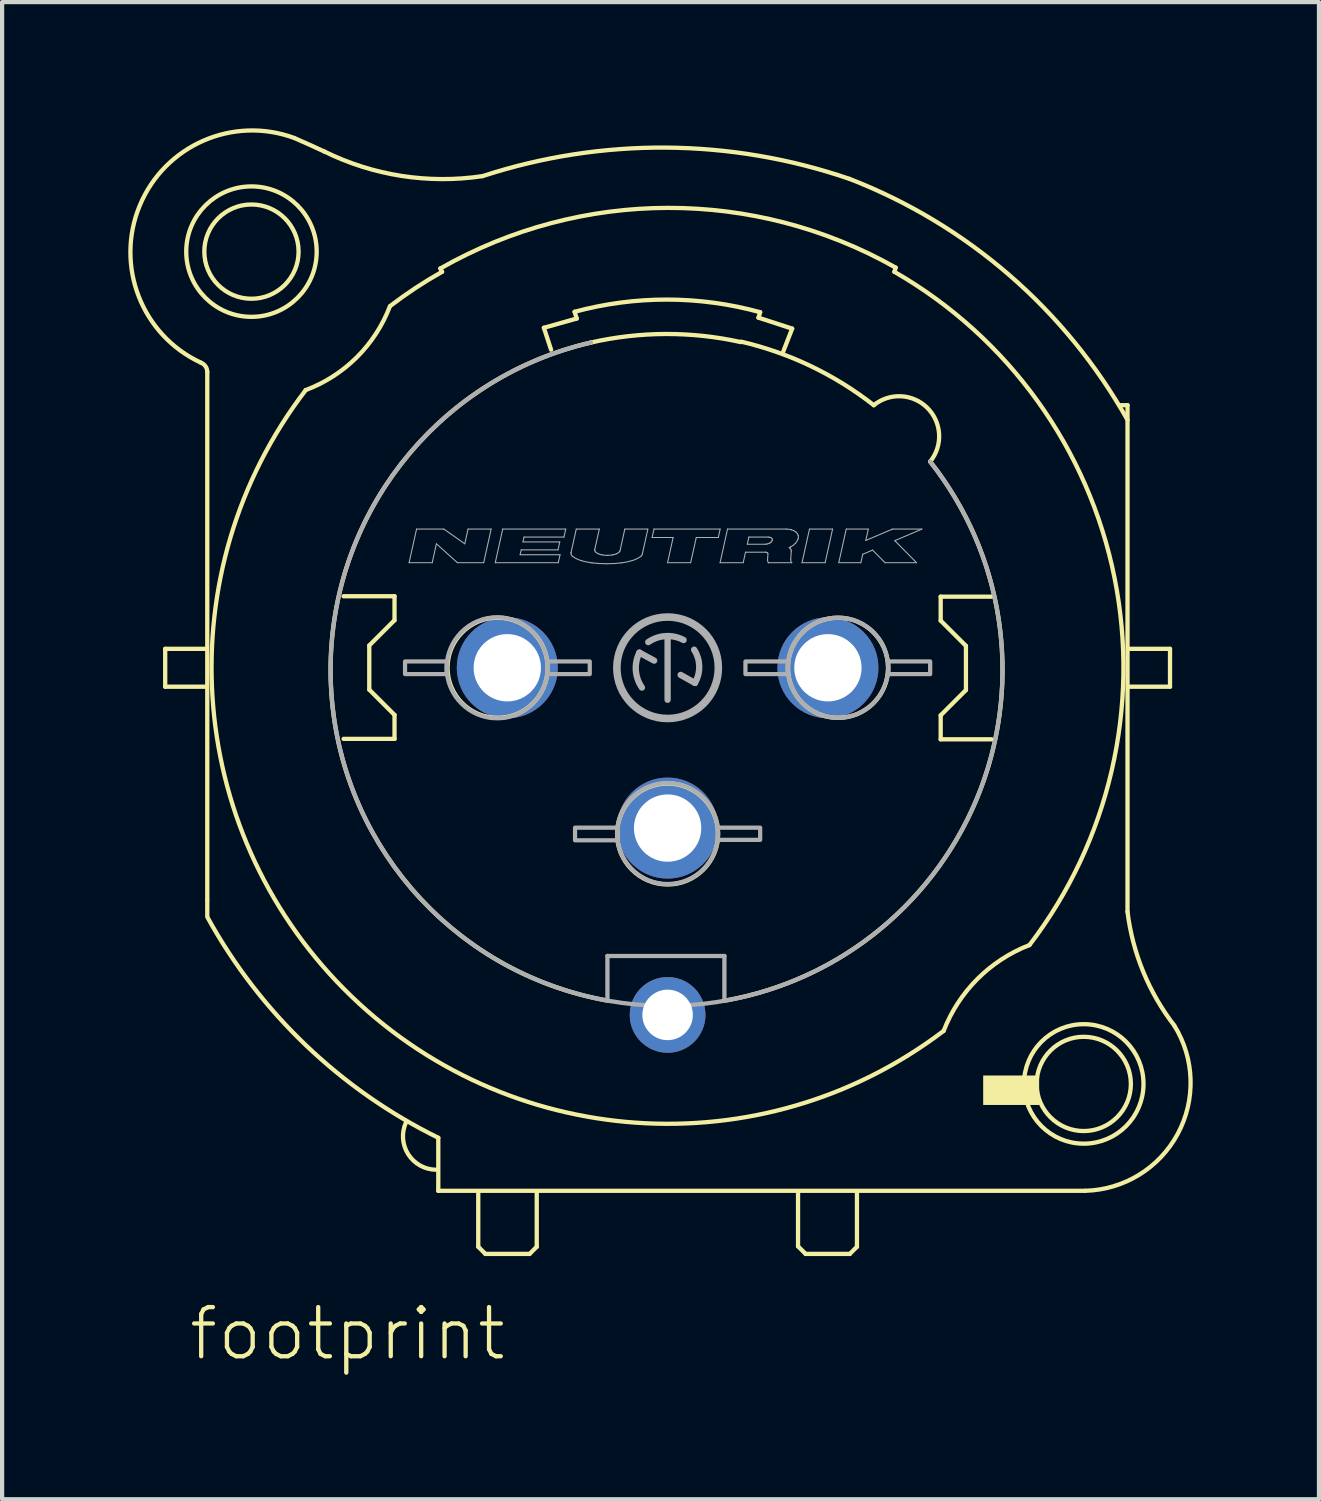
<source format=kicad_pcb>
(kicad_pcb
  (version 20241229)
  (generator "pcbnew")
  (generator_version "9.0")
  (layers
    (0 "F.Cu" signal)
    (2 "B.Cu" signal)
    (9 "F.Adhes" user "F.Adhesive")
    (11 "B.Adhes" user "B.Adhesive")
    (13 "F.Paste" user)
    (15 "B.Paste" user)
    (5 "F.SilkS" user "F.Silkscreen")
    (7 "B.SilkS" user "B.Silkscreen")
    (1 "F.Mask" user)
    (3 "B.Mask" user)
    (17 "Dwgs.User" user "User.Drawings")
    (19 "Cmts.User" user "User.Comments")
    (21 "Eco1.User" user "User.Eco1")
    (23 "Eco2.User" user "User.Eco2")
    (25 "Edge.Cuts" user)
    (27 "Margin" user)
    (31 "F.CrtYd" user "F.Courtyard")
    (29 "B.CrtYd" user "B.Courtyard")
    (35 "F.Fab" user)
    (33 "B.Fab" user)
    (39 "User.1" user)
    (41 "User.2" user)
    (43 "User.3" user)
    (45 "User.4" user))
  (footprint "footprint"
    (layer "F.Cu")
    (at 12.816 12.82)
    (property "Reference" "footprint" (at -11.43 16.51 0) (layer "F.SilkS") (effects (font (size 1.168 1.168) (thickness 0.102)) (justify left bottom)))
    (fp_line (start -11.94 -0.45) (end -11.94 0.45) (stroke (width 0.102) (type solid)) (layer "F.SilkS"))
    (fp_line (start -11.94 0.45) (end -10.99 0.45) (stroke (width 0.102) (type solid)) (layer "F.SilkS"))
    (fp_line (start -10.99 -0.45) (end -11.94 -0.45) (stroke (width 0.102) (type solid)) (layer "F.SilkS"))
    (fp_line (start -10.94 5.5) (end -10.94 -7.03) (stroke (width 0.102) (type solid)) (layer "F.SilkS"))
    (fp_line (start -10.94 5.91) (end -10.94 5.52) (stroke (width 0.102) (type solid)) (layer "F.SilkS"))
    (fp_line (start -7.7 -1.7) (end -6.49 -1.7) (stroke (width 0.102) (type solid)) (layer "F.SilkS"))
    (fp_line (start -7.09 -0.53) (end -7.09 0.52) (stroke (width 0.102) (type solid)) (layer "F.SilkS"))
    (fp_line (start -7.09 0.52) (end -6.49 1.12) (stroke (width 0.102) (type solid)) (layer "F.SilkS"))
    (fp_line (start -6.49 -1.7) (end -6.49 -1.13) (stroke (width 0.102) (type solid)) (layer "F.SilkS"))
    (fp_line (start -6.49 -1.13) (end -7.09 -0.53) (stroke (width 0.102) (type solid)) (layer "F.SilkS"))
    (fp_line (start -6.49 1.12) (end -6.49 1.69) (stroke (width 0.102) (type solid)) (layer "F.SilkS"))
    (fp_line (start -6.49 1.69) (end -7.7 1.69) (stroke (width 0.102) (type solid)) (layer "F.SilkS"))
    (fp_line (start -5.45 11.17) (end -5.45 12.43) (stroke (width 0.102) (type solid)) (layer "F.SilkS"))
    (fp_line (start -5.45 12.43) (end 9.92 12.43) (stroke (width 0.102) (type solid)) (layer "F.SilkS"))
    (fp_line (start -5.4 -9.49) (end -5.36 -9.41) (stroke (width 0.102) (type solid)) (layer "F.SilkS"))
    (fp_line (start -4.5 12.49) (end -4.5 13.76) (stroke (width 0.102) (type solid)) (layer "F.SilkS"))
    (fp_line (start -4.5 13.76) (end -4.33 13.93) (stroke (width 0.102) (type solid)) (layer "F.SilkS"))
    (fp_line (start -4.33 13.93) (end -3.28 13.93) (stroke (width 0.102) (type solid)) (layer "F.SilkS"))
    (fp_line (start -3.28 13.93) (end -3.11 13.76) (stroke (width 0.102) (type solid)) (layer "F.SilkS"))
    (fp_line (start -3.11 13.76) (end -3.11 12.47) (stroke (width 0.102) (type solid)) (layer "F.SilkS"))
    (fp_line (start -2.94 -8.08) (end -2.16 -8.3) (stroke (width 0.102) (type solid)) (layer "F.SilkS"))
    (fp_line (start -2.77 -7.56) (end -2.94 -8.08) (stroke (width 0.102) (type solid)) (layer "F.SilkS"))
    (fp_line (start -2.16 -8.3) (end -2.21 -8.46) (stroke (width 0.102) (type solid)) (layer "F.SilkS"))
    (fp_line (start 2.16 -8.32) (end 2.96 -8.06) (stroke (width 0.102) (type solid)) (layer "F.SilkS"))
    (fp_line (start 2.2 -8.45) (end 2.16 -8.32) (stroke (width 0.102) (type solid)) (layer "F.SilkS"))
    (fp_line (start 2.96 -8.06) (end 2.75 -7.52) (stroke (width 0.102) (type solid)) (layer "F.SilkS"))
    (fp_line (start 3.1 12.49) (end 3.1 13.75) (stroke (width 0.102) (type solid)) (layer "F.SilkS"))
    (fp_line (start 3.1 13.75) (end 3.28 13.93) (stroke (width 0.102) (type solid)) (layer "F.SilkS"))
    (fp_line (start 3.28 13.93) (end 4.33 13.93) (stroke (width 0.102) (type solid)) (layer "F.SilkS"))
    (fp_line (start 4.33 13.93) (end 4.5 13.76) (stroke (width 0.102) (type solid)) (layer "F.SilkS"))
    (fp_line (start 4.5 13.76) (end 4.5 12.48) (stroke (width 0.102) (type solid)) (layer "F.SilkS"))
    (fp_line (start 5.39 -9.41) (end 5.42 -9.51) (stroke (width 0.102) (type solid)) (layer "F.SilkS"))
    (fp_line (start 6.49 -1.69) (end 7.7 -1.69) (stroke (width 0.102) (type solid)) (layer "F.SilkS"))
    (fp_line (start 6.49 -1.12) (end 6.49 -1.69) (stroke (width 0.102) (type solid)) (layer "F.SilkS"))
    (fp_line (start 6.49 1.13) (end 7.09 0.53) (stroke (width 0.102) (type solid)) (layer "F.SilkS"))
    (fp_line (start 6.49 1.7) (end 6.49 1.13) (stroke (width 0.102) (type solid)) (layer "F.SilkS"))
    (fp_line (start 7.09 -0.52) (end 6.49 -1.12) (stroke (width 0.102) (type solid)) (layer "F.SilkS"))
    (fp_line (start 7.09 0.53) (end 7.09 -0.52) (stroke (width 0.102) (type solid)) (layer "F.SilkS"))
    (fp_line (start 7.7 1.7) (end 6.49 1.7) (stroke (width 0.102) (type solid)) (layer "F.SilkS"))
    (fp_line (start 10.93 -6.24) (end 10.77 -6.24) (stroke (width 0.102) (type solid)) (layer "F.SilkS"))
    (fp_line (start 10.93 5.8) (end 10.93 -6.24) (stroke (width 0.102) (type solid)) (layer "F.SilkS"))
    (fp_line (start 10.97 -0.45) (end 11.94 -0.45) (stroke (width 0.102) (type solid)) (layer "F.SilkS"))
    (fp_line (start 11.94 -0.45) (end 11.94 0.45) (stroke (width 0.102) (type solid)) (layer "F.SilkS"))
    (fp_line (start 11.94 0.45) (end 10.97 0.45) (stroke (width 0.102) (type solid)) (layer "F.SilkS"))
    (fp_arc (start -11.090001 -7.25) (mid -10.981063 -7.163139) (end -10.94 -7.03) (stroke (width 0.1016) (type solid)) (layer "F.SilkS"))
    (fp_arc (start -11.09 -7.25) (mid -12.543512 -10.985729) (end -8.87 -12.59) (stroke (width 0.1016) (type solid)) (layer "F.SilkS"))
    (fp_arc (start -8.87 -12.59) (mid -8.514255 -12.431652) (end -8.16 -12.27) (stroke (width 0.1016) (type solid)) (layer "F.SilkS"))
    (fp_arc (start -6.6 -8.589999) (mid -7.385874 -7.379798) (end -8.6 -6.6) (stroke (width 0.1016) (type solid)) (layer "F.SilkS"))
    (fp_arc (start -6.59 -8.6) (mid -5.989419 -9.026896) (end -5.36 -9.41) (stroke (width 0.1016) (type solid)) (layer "F.SilkS"))
    (fp_arc (start -5.509999 11.929999) (mid -6.165342 11.560395) (end -6.22 10.81) (stroke (width 0.1016) (type solid)) (layer "F.SilkS"))
    (fp_arc (start -5.450001 11.17) (mid -8.591552 8.975746) (end -10.93 5.94) (stroke (width 0.1016) (type solid)) (layer "F.SilkS"))
    (fp_arc (start -5.4 -9.49) (mid 0.007357 -10.929608) (end 5.42 -9.51) (stroke (width 0.1016) (type solid)) (layer "F.SilkS"))
    (fp_arc (start -4.3995 -11.6841) (mid -6.324542 -11.689559) (end -8.16 -12.27) (stroke (width 0.1016) (type solid)) (layer "F.SilkS"))
    (fp_arc (start -4.3975 -11.6846) (mid -0.033882 -12.361943) (end 4.3192 -11.6199) (stroke (width 0.1016) (type solid)) (layer "F.SilkS"))
    (fp_arc (start -2.21 -8.46) (mid -0.00433 -8.750321) (end 2.2 -8.45) (stroke (width 0.1016) (type solid)) (layer "F.SilkS"))
    (fp_arc (start -1.82 -7.73) (mid -0.040555 -7.932479) (end 1.74 -7.74) (stroke (width 0.1016) (type solid)) (layer "F.SilkS"))
    (fp_arc (start -1.429998 7.91) (mid -8.007803 0.249163) (end -1.82 -7.73) (stroke (width 0.1016) (type solid)) (layer "F.SilkS"))
    (fp_arc (start 1.75 -7.75) (mid 3.407463 -7.167026) (end 4.9 -6.24) (stroke (width 0.1016) (type solid)) (layer "F.SilkS"))
    (fp_arc (start 4.3216 -11.6192) (mid 8.12432 -9.329623) (end 10.93 -5.890001) (stroke (width 0.1016) (type solid)) (layer "F.SilkS"))
    (fp_arc (start 4.9 -6.24) (mid 6.174454 -6.174454) (end 6.24 -4.9) (stroke (width 0.1016) (type solid)) (layer "F.SilkS"))
    (fp_arc (start 5.390001 -9.409999) (mid 10.621564 -2.137578) (end 8.6 6.59) (stroke (width 0.1016) (type solid)) (layer "F.SilkS"))
    (fp_arc (start 6.240002 -4.9) (mid 7.436814 2.890453) (end 1.36 7.91) (stroke (width 0.1016) (type solid)) (layer "F.SilkS"))
    (fp_arc (start 6.559998 8.630002) (mid -7.680583 7.644968) (end -8.6 -6.6) (stroke (width 0.1016) (type solid)) (layer "F.SilkS"))
    (fp_arc (start 6.56 8.63) (mid 7.3644 7.3944) (end 8.6 6.59) (stroke (width 0.1016) (type solid)) (layer "F.SilkS"))
    (fp_arc (start 12.04 8.5) (mid 12.121472 11.080756) (end 9.92 12.43) (stroke (width 0.1016) (type solid)) (layer "F.SilkS"))
    (fp_arc (start 12.04 8.5) (mid 11.303815 7.224487) (end 10.93 5.8) (stroke (width 0.1016) (type solid)) (layer "F.SilkS"))
    (fp_circle (center -9.89 -9.89) (end -8.77 -9.89) (stroke (width 0.102) (type solid)) (fill no) (layer "F.SilkS"))
    (fp_circle (center -9.89 -9.89) (end -8.34 -9.89) (stroke (width 0.102) (type solid)) (fill no) (layer "F.SilkS"))
    (fp_circle (center -4.04 0) (end -2.85 0) (stroke (width 0.102) (type solid)) (fill no) (layer "F.SilkS"))
    (fp_circle (center 0 3.95) (end 1.2 3.95) (stroke (width 0.102) (type solid)) (fill no) (layer "F.SilkS"))
    (fp_circle (center 4.05 0) (end 5.24 0) (stroke (width 0.102) (type solid)) (fill no) (layer "F.SilkS"))
    (fp_circle (center 9.89 9.89) (end 11.01 9.89) (stroke (width 0.102) (type solid)) (fill no) (layer "F.SilkS"))
    (fp_circle (center 9.89 9.89) (end 11.31 9.89) (stroke (width 0.102) (type solid)) (fill no) (layer "F.SilkS"))
    (fp_poly (pts (xy 7.5 10.39) (xy 8.83 10.39) (xy 8.83 9.69) (xy 7.5 9.69)) (stroke (width 0) (type solid)) (fill yes) (layer "F.SilkS"))
    (fp_line (start -6.144 -2.497) (end -5.966 -3.296) (stroke (width 0.025) (type solid)) (layer "F.Fab"))
    (fp_line (start -6.144 -2.497) (end -5.594 -2.497) (stroke (width 0.025) (type solid)) (layer "F.Fab"))
    (fp_line (start -5.966 -3.296) (end -5.317 -3.296) (stroke (width 0.025) (type solid)) (layer "F.Fab"))
    (fp_line (start -5.594 -2.497) (end -5.495 -2.946) (stroke (width 0.025) (type solid)) (layer "F.Fab"))
    (fp_line (start -5.495 -2.946) (end -4.995 -2.497) (stroke (width 0.025) (type solid)) (layer "F.Fab"))
    (fp_line (start -5.317 -3.296) (end -4.82 -2.946) (stroke (width 0.025) (type solid)) (layer "F.Fab"))
    (fp_line (start -4.995 -2.497) (end -4.371 -2.497) (stroke (width 0.025) (type solid)) (layer "F.Fab"))
    (fp_line (start -4.82 -2.946) (end -4.743 -3.296) (stroke (width 0.025) (type solid)) (layer "F.Fab"))
    (fp_line (start -4.743 -3.296) (end -4.194 -3.296) (stroke (width 0.025) (type solid)) (layer "F.Fab"))
    (fp_line (start -4.371 -2.497) (end -4.194 -3.296) (stroke (width 0.025) (type solid)) (layer "F.Fab"))
    (fp_line (start -4.096 -2.497) (end -3.919 -3.296) (stroke (width 0.025) (type solid)) (layer "F.Fab"))
    (fp_line (start -4.096 -2.497) (end -2.598 -2.497) (stroke (width 0.025) (type solid)) (layer "F.Fab"))
    (fp_line (start -3.919 -3.296) (end -2.421 -3.296) (stroke (width 0.025) (type solid)) (layer "F.Fab"))
    (fp_line (start -3.505 -2.687) (end -3.479 -2.802) (stroke (width 0.025) (type solid)) (layer "F.Fab"))
    (fp_line (start -3.505 -2.687) (end -2.556 -2.687) (stroke (width 0.025) (type solid)) (layer "F.Fab"))
    (fp_line (start -3.479 -2.802) (end -2.605 -2.802) (stroke (width 0.025) (type solid)) (layer "F.Fab"))
    (fp_line (start -3.437 -2.991) (end -3.412 -3.106) (stroke (width 0.025) (type solid)) (layer "F.Fab"))
    (fp_line (start -3.437 -2.991) (end -2.563 -2.991) (stroke (width 0.025) (type solid)) (layer "F.Fab"))
    (fp_line (start -3.412 -3.106) (end -2.463 -3.106) (stroke (width 0.025) (type solid)) (layer "F.Fab"))
    (fp_line (start -2.605 -2.802) (end -2.563 -2.991) (stroke (width 0.025) (type solid)) (layer "F.Fab"))
    (fp_line (start -2.598 -2.497) (end -2.556 -2.687) (stroke (width 0.025) (type solid)) (layer "F.Fab"))
    (fp_line (start -2.463 -3.106) (end -2.421 -3.296) (stroke (width 0.025) (type solid)) (layer "F.Fab"))
    (fp_line (start -2.294 -2.741) (end -2.171 -3.296) (stroke (width 0.025) (type solid)) (layer "F.Fab"))
    (fp_line (start -2.171 -3.296) (end -1.623 -3.296) (stroke (width 0.025) (type solid)) (layer "F.Fab"))
    (fp_line (start -1.731 -2.81) (end -1.623 -3.296) (stroke (width 0.025) (type solid)) (layer "F.Fab"))
    (fp_line (start -1.43 6.85) (end 1.35 6.85) (stroke (width 0.102) (type solid)) (layer "F.Fab"))
    (fp_line (start -1.43 7.87) (end -1.43 6.85) (stroke (width 0.102) (type solid)) (layer "F.Fab"))
    (fp_line (start -1.13 -2.784) (end -1.017 -3.296) (stroke (width 0.025) (type solid)) (layer "F.Fab"))
    (fp_line (start -1.017 -3.296) (end -0.469 -3.296) (stroke (width 0.025) (type solid)) (layer "F.Fab"))
    (fp_line (start -0.67 -0.36) (end -0.32 -0.17) (stroke (width 0.15) (type solid)) (layer "F.Fab"))
    (fp_line (start -0.601 -2.702) (end -0.469 -3.296) (stroke (width 0.025) (type solid)) (layer "F.Fab"))
    (fp_line (start -0.368 -3.096) (end -0.324 -3.296) (stroke (width 0.025) (type solid)) (layer "F.Fab"))
    (fp_line (start -0.368 -3.096) (end 0.131 -3.096) (stroke (width 0.025) (type solid)) (layer "F.Fab"))
    (fp_line (start -0.324 -3.296) (end 1.249 -3.296) (stroke (width 0.025) (type solid)) (layer "F.Fab"))
    (fp_line (start -0.001 -2.497) (end 0.131 -3.096) (stroke (width 0.025) (type solid)) (layer "F.Fab"))
    (fp_line (start -0.001 -2.497) (end 0.548 -2.497) (stroke (width 0.025) (type solid)) (layer "F.Fab"))
    (fp_line (start 0 0.76) (end 0 -0.74) (stroke (width 0.15) (type solid)) (layer "F.Fab"))
    (fp_line (start 0.31 0.17) (end 0.65 0.36) (stroke (width 0.15) (type solid)) (layer "F.Fab"))
    (fp_line (start 0.548 -2.497) (end 0.681 -3.096) (stroke (width 0.025) (type solid)) (layer "F.Fab"))
    (fp_line (start 0.681 -3.096) (end 1.205 -3.096) (stroke (width 0.025) (type solid)) (layer "F.Fab"))
    (fp_line (start 1.205 -3.096) (end 1.249 -3.296) (stroke (width 0.025) (type solid)) (layer "F.Fab"))
    (fp_line (start 1.247 -2.497) (end 1.424 -3.296) (stroke (width 0.025) (type solid)) (layer "F.Fab"))
    (fp_line (start 1.247 -2.497) (end 1.796 -2.497) (stroke (width 0.025) (type solid)) (layer "F.Fab"))
    (fp_line (start 1.35 6.85) (end 1.35 7.86) (stroke (width 0.102) (type solid)) (layer "F.Fab"))
    (fp_line (start 1.424 -3.296) (end 2.826 -3.296) (stroke (width 0.025) (type solid)) (layer "F.Fab"))
    (fp_line (start 1.796 -2.497) (end 1.852 -2.747) (stroke (width 0.025) (type solid)) (layer "F.Fab"))
    (fp_line (start 1.852 -2.747) (end 2.328 -2.747) (stroke (width 0.025) (type solid)) (layer "F.Fab"))
    (fp_line (start 1.894 -2.936) (end 1.931 -3.106) (stroke (width 0.025) (type solid)) (layer "F.Fab"))
    (fp_line (start 1.894 -2.936) (end 2.321 -2.936) (stroke (width 0.025) (type solid)) (layer "F.Fab"))
    (fp_line (start 1.931 -3.106) (end 2.394 -3.106) (stroke (width 0.025) (type solid)) (layer "F.Fab"))
    (fp_line (start 2.375 -2.561) (end 2.385 -2.707) (stroke (width 0.025) (type solid)) (layer "F.Fab"))
    (fp_line (start 2.394 -2.497) (end 2.394 -2.497) (stroke (width 0.025) (type solid)) (layer "F.Fab"))
    (fp_line (start 2.394 -2.497) (end 2.95 -2.497) (stroke (width 0.025) (type solid)) (layer "F.Fab"))
    (fp_line (start 2.926 -2.581) (end 2.939 -2.767) (stroke (width 0.025) (type solid)) (layer "F.Fab"))
    (fp_line (start 3.195 -2.497) (end 3.372 -3.296) (stroke (width 0.025) (type solid)) (layer "F.Fab"))
    (fp_line (start 3.195 -2.497) (end 3.744 -2.497) (stroke (width 0.025) (type solid)) (layer "F.Fab"))
    (fp_line (start 3.372 -3.296) (end 3.921 -3.296) (stroke (width 0.025) (type solid)) (layer "F.Fab"))
    (fp_line (start 3.744 -2.497) (end 3.921 -3.296) (stroke (width 0.025) (type solid)) (layer "F.Fab"))
    (fp_line (start 4.068 -2.497) (end 4.245 -3.296) (stroke (width 0.025) (type solid)) (layer "F.Fab"))
    (fp_line (start 4.068 -2.497) (end 4.593 -2.497) (stroke (width 0.025) (type solid)) (layer "F.Fab"))
    (fp_line (start 4.245 -3.296) (end 4.77 -3.296) (stroke (width 0.025) (type solid)) (layer "F.Fab"))
    (fp_line (start 4.593 -2.497) (end 4.637 -2.697) (stroke (width 0.025) (type solid)) (layer "F.Fab"))
    (fp_line (start 4.637 -2.697) (end 4.871 -2.797) (stroke (width 0.025) (type solid)) (layer "F.Fab"))
    (fp_line (start 4.71 -3.026) (end 4.77 -3.296) (stroke (width 0.025) (type solid)) (layer "F.Fab"))
    (fp_line (start 4.71 -3.026) (end 5.344 -3.296) (stroke (width 0.025) (type solid)) (layer "F.Fab"))
    (fp_line (start 4.871 -2.797) (end 5.167 -2.497) (stroke (width 0.025) (type solid)) (layer "F.Fab"))
    (fp_line (start 5.167 -2.497) (end 5.916 -2.497) (stroke (width 0.025) (type solid)) (layer "F.Fab"))
    (fp_line (start 5.344 -3.296) (end 6.043 -3.296) (stroke (width 0.025) (type solid)) (layer "F.Fab"))
    (fp_line (start 5.399 -3.021) (end 5.916 -2.497) (stroke (width 0.025) (type solid)) (layer "F.Fab"))
    (fp_line (start 5.399 -3.021) (end 6.043 -3.296) (stroke (width 0.025) (type solid)) (layer "F.Fab"))
    (fp_arc (start -2.2964 -2.7217) (mid -2.295867 -2.731456) (end -2.2943 -2.7411) (stroke (width 0.0254) (type solid)) (layer "F.Fab"))
    (fp_arc (start -2.2578 -2.6471) (mid -2.286121 -2.679718) (end -2.2963 -2.7217) (stroke (width 0.0254) (type solid)) (layer "F.Fab"))
    (fp_arc (start -2.0477 -2.5452) (mid -2.156985 -2.587418) (end -2.2578 -2.6471) (stroke (width 0.0254) (type solid)) (layer "F.Fab"))
    (fp_arc (start -1.796 -2.4932) (mid -1.922923 -2.514007) (end -2.0477 -2.5452) (stroke (width 0.0254) (type solid)) (layer "F.Fab"))
    (fp_arc (start -1.7326 -2.7966) (mid -1.732234 -2.803244) (end -1.7311 -2.8098) (stroke (width 0.0254) (type solid)) (layer "F.Fab"))
    (fp_arc (start -1.715901 -2.7561) (mid -1.728335 -2.774676) (end -1.7327 -2.7966) (stroke (width 0.0254) (type solid)) (layer "F.Fab"))
    (fp_arc (start -1.6443 -2.7083) (mid -1.682454 -2.728675) (end -1.7159 -2.7561) (stroke (width 0.0254) (type solid)) (layer "F.Fab"))
    (fp_arc (start -1.5538 -2.6822) (mid -1.599779 -2.692723) (end -1.6443 -2.7083) (stroke (width 0.0254) (type solid)) (layer "F.Fab"))
    (fp_arc (start -1.4474 -2.4721) (mid -1.62202 -2.477365) (end -1.796 -2.4932) (stroke (width 0.0254) (type solid)) (layer "F.Fab"))
    (fp_arc (start -1.4308 -2.6718) (mid -1.492521 -2.674388) (end -1.5538 -2.6822) (stroke (width 0.0254) (type solid)) (layer "F.Fab"))
    (fp_arc (start -1.3079 -2.6822) (mid -1.369129 -2.67439) (end -1.4308 -2.6718) (stroke (width 0.0254) (type solid)) (layer "F.Fab"))
    (fp_arc (start -1.2174 -2.7083) (mid -1.261921 -2.692723) (end -1.3079 -2.6822) (stroke (width 0.0254) (type solid)) (layer "F.Fab"))
    (fp_arc (start -1.1458 -2.7561) (mid -1.179246 -2.728674) (end -1.2174 -2.7083) (stroke (width 0.0254) (type solid)) (layer "F.Fab"))
    (fp_arc (start -1.1304 -2.783899) (mid -1.136132 -2.768909) (end -1.1458 -2.7561) (stroke (width 0.0254) (type solid)) (layer "F.Fab"))
    (fp_arc (start -1.0989 -2.4931) (mid -1.27283 -2.477266) (end -1.4474 -2.472) (stroke (width 0.0254) (type solid)) (layer "F.Fab"))
    (fp_arc (start -0.8472 -2.5452) (mid -0.971977 -2.514007) (end -1.0989 -2.4932) (stroke (width 0.0254) (type solid)) (layer "F.Fab"))
    (fp_arc (start -0.6371 -2.6471) (mid -0.737916 -2.587421) (end -0.8472 -2.5452) (stroke (width 0.0254) (type solid)) (layer "F.Fab"))
    (fp_arc (start -0.61 0.47) (mid -0.754745 0.063295) (end -0.670001 -0.359999) (stroke (width 0.15) (type solid)) (layer "F.Fab"))
    (fp_arc (start -0.6007 -2.7023) (mid -0.613738 -2.671296) (end -0.6371 -2.6471) (stroke (width 0.0254) (type solid)) (layer "F.Fab"))
    (fp_arc (start -0.46 -0.61) (mid -0.047007 -0.752716) (end 0.38 -0.66) (stroke (width 0.15) (type solid)) (layer "F.Fab"))
    (fp_arc (start 0.63 -0.429999) (mid 0.752066 -0.037837) (end 0.65 0.36) (stroke (width 0.15) (type solid)) (layer "F.Fab"))
    (fp_arc (start 2.3283 -2.7467) (mid 2.340566 -2.745829) (end 2.3526 -2.7433) (stroke (width 0.0254) (type solid)) (layer "F.Fab"))
    (fp_arc (start 2.3526 -2.7432) (mid 2.364222 -2.738519) (end 2.3746 -2.7315) (stroke (width 0.0254) (type solid)) (layer "F.Fab"))
    (fp_arc (start 2.3746 -2.7315) (mid 2.380482 -2.724772) (end 2.3841 -2.7166) (stroke (width 0.0254) (type solid)) (layer "F.Fab"))
    (fp_arc (start 2.3785 -2.9442) (mid 2.349756 -2.938398) (end 2.3205 -2.9364) (stroke (width 0.0254) (type solid)) (layer "F.Fab"))
    (fp_arc (start 2.3943 -2.497) (mid 2.380142 -2.527484) (end 2.375 -2.5607) (stroke (width 0.0254) (type solid)) (layer "F.Fab"))
    (fp_arc (start 2.3944 -3.1062) (mid 2.414793 -3.104721) (end 2.4348 -3.1005) (stroke (width 0.0254) (type solid)) (layer "F.Fab"))
    (fp_arc (start 2.4288 -2.9645) (mid 2.404263 -2.952875) (end 2.3785 -2.9443) (stroke (width 0.0254) (type solid)) (layer "F.Fab"))
    (fp_arc (start 2.4348 -3.1005) (mid 2.454244 -3.09272) (end 2.4716 -3.081) (stroke (width 0.0254) (type solid)) (layer "F.Fab"))
    (fp_arc (start 2.4641 -2.9914) (mid 2.447446 -2.976643) (end 2.4288 -2.9645) (stroke (width 0.0254) (type solid)) (layer "F.Fab"))
    (fp_arc (start 2.471599 -3.081) (mid 2.481397 -3.069754) (end 2.4874 -3.0561) (stroke (width 0.0254) (type solid)) (layer "F.Fab"))
    (fp_arc (start 2.4861 -3.0267) (mid 2.476985 -3.007875) (end 2.4641 -2.9914) (stroke (width 0.0254) (type solid)) (layer "F.Fab"))
    (fp_arc (start 2.4874 -3.056101) (mid 2.488998 -3.041301) (end 2.4861 -3.0267) (stroke (width 0.0254) (type solid)) (layer "F.Fab"))
    (fp_arc (start 2.8259 -3.296) (mid 2.886677 -3.291588) (end 2.9463 -3.279) (stroke (width 0.0254) (type solid)) (layer "F.Fab"))
    (fp_arc (start 2.8917 -2.8549) (mid 2.899191 -2.849485) (end 2.9064 -2.8437) (stroke (width 0.0254) (type solid)) (layer "F.Fab"))
    (fp_arc (start 2.9064 -2.8437) (mid 2.924646 -2.822802) (end 2.9358 -2.7974) (stroke (width 0.0254) (type solid)) (layer "F.Fab"))
    (fp_arc (start 2.9282 -2.8737) (mid 2.910094 -2.86407) (end 2.8917 -2.855) (stroke (width 0.0254) (type solid)) (layer "F.Fab"))
    (fp_arc (start 2.9358 -2.7974) (mid 2.93855 -2.782173) (end 2.9387 -2.7667) (stroke (width 0.0254) (type solid)) (layer "F.Fab"))
    (fp_arc (start 2.9463 -3.279) (mid 3.004211 -3.255758) (end 3.0559 -3.2208) (stroke (width 0.0254) (type solid)) (layer "F.Fab"))
    (fp_arc (start 2.950299 -2.497) (mid 2.930466 -2.536583) (end 2.9257 -2.5806) (stroke (width 0.0254) (type solid)) (layer "F.Fab"))
    (fp_arc (start 3.0334 -2.9539) (mid 2.983769 -2.909906) (end 2.9282 -2.8737) (stroke (width 0.0254) (type solid)) (layer "F.Fab"))
    (fp_arc (start 3.0559 -3.2208) (mid 3.085071 -3.187347) (end 3.1029 -3.1467) (stroke (width 0.0254) (type solid)) (layer "F.Fab"))
    (fp_arc (start 3.0992 -3.0591) (mid 3.071923 -3.002983) (end 3.0334 -2.9539) (stroke (width 0.0254) (type solid)) (layer "F.Fab"))
    (fp_arc (start 3.102899 -3.1467) (mid 3.107748 -3.102617) (end 3.0992 -3.0591) (stroke (width 0.0254) (type solid)) (layer "F.Fab"))
    (fp_arc (start 6.24 -4.9) (mid -2.67007 7.583718) (end -1.82 -7.73) (stroke (width 0.1016) (type solid)) (layer "F.Fab"))
    (fp_circle (center -4.05 0) (end -2.85 0) (stroke (width 0.102) (type solid)) (fill no) (layer "F.Fab"))
    (fp_circle (center 0 0) (end 1.206 0) (stroke (width 0.18) (type solid)) (fill no) (layer "F.Fab"))
    (fp_circle (center 0 3.94) (end 1.2 3.94) (stroke (width 0.102) (type solid)) (fill no) (layer "F.Fab"))
    (fp_circle (center 4.05 0) (end 5.24 0) (stroke (width 0.102) (type solid)) (fill no) (layer "F.Fab"))
    (fp_poly (pts (xy -6.24 0.15) (xy -5.25 0.15) (xy -5.25 -0.15) (xy -6.24 -0.15)) (stroke (width 0.1) (type solid)) (fill no) (layer "F.Fab"))
    (fp_poly (pts (xy -2.85 0.15) (xy -1.85 0.15) (xy -1.85 -0.15) (xy -2.85 -0.15)) (stroke (width 0.1) (type solid)) (fill no) (layer "F.Fab"))
    (fp_poly (pts (xy -2.2 4.1) (xy -1.18 4.1) (xy -1.18 3.8) (xy -2.2 3.8)) (stroke (width 0.1) (type solid)) (fill no) (layer "F.Fab"))
    (fp_poly (pts (xy 1.19 4.09) (xy 2.2 4.09) (xy 2.2 3.8) (xy 1.19 3.8)) (stroke (width 0.1) (type solid)) (fill no) (layer "F.Fab"))
    (fp_poly (pts (xy 1.85 0.15) (xy 2.85 0.15) (xy 2.85 -0.15) (xy 1.85 -0.15)) (stroke (width 0.1) (type solid)) (fill no) (layer "F.Fab"))
    (fp_poly (pts (xy 5.25 0.15) (xy 6.24 0.15) (xy 6.24 -0.15) (xy 5.25 -0.15)) (stroke (width 0.1) (type solid)) (fill no) (layer "F.Fab"))
    (pad "1" thru_hole circle (at -3.81 0) (size 2.4 2.4) (drill 1.6) (layers "*.Cu" "*.Mask"))
    (pad "2" thru_hole circle (at 3.81 0) (size 2.4 2.4) (drill 1.6) (layers "*.Cu" "*.Mask"))
    (pad "3" thru_hole circle (at 0 3.81) (size 2.4 2.4) (drill 1.6) (layers "*.Cu" "*.Mask"))
    (pad "G" thru_hole circle (at 0 8.25) (size 1.8 1.8) (drill 1.2) (layers "*.Cu" "*.Mask")))
  (gr_rect
    (start -3 -3)
    (end 28.296 32.58)
    (stroke (width 0.1) (type default))
    (fill no)
    (layer "Edge.Cuts")))
</source>
